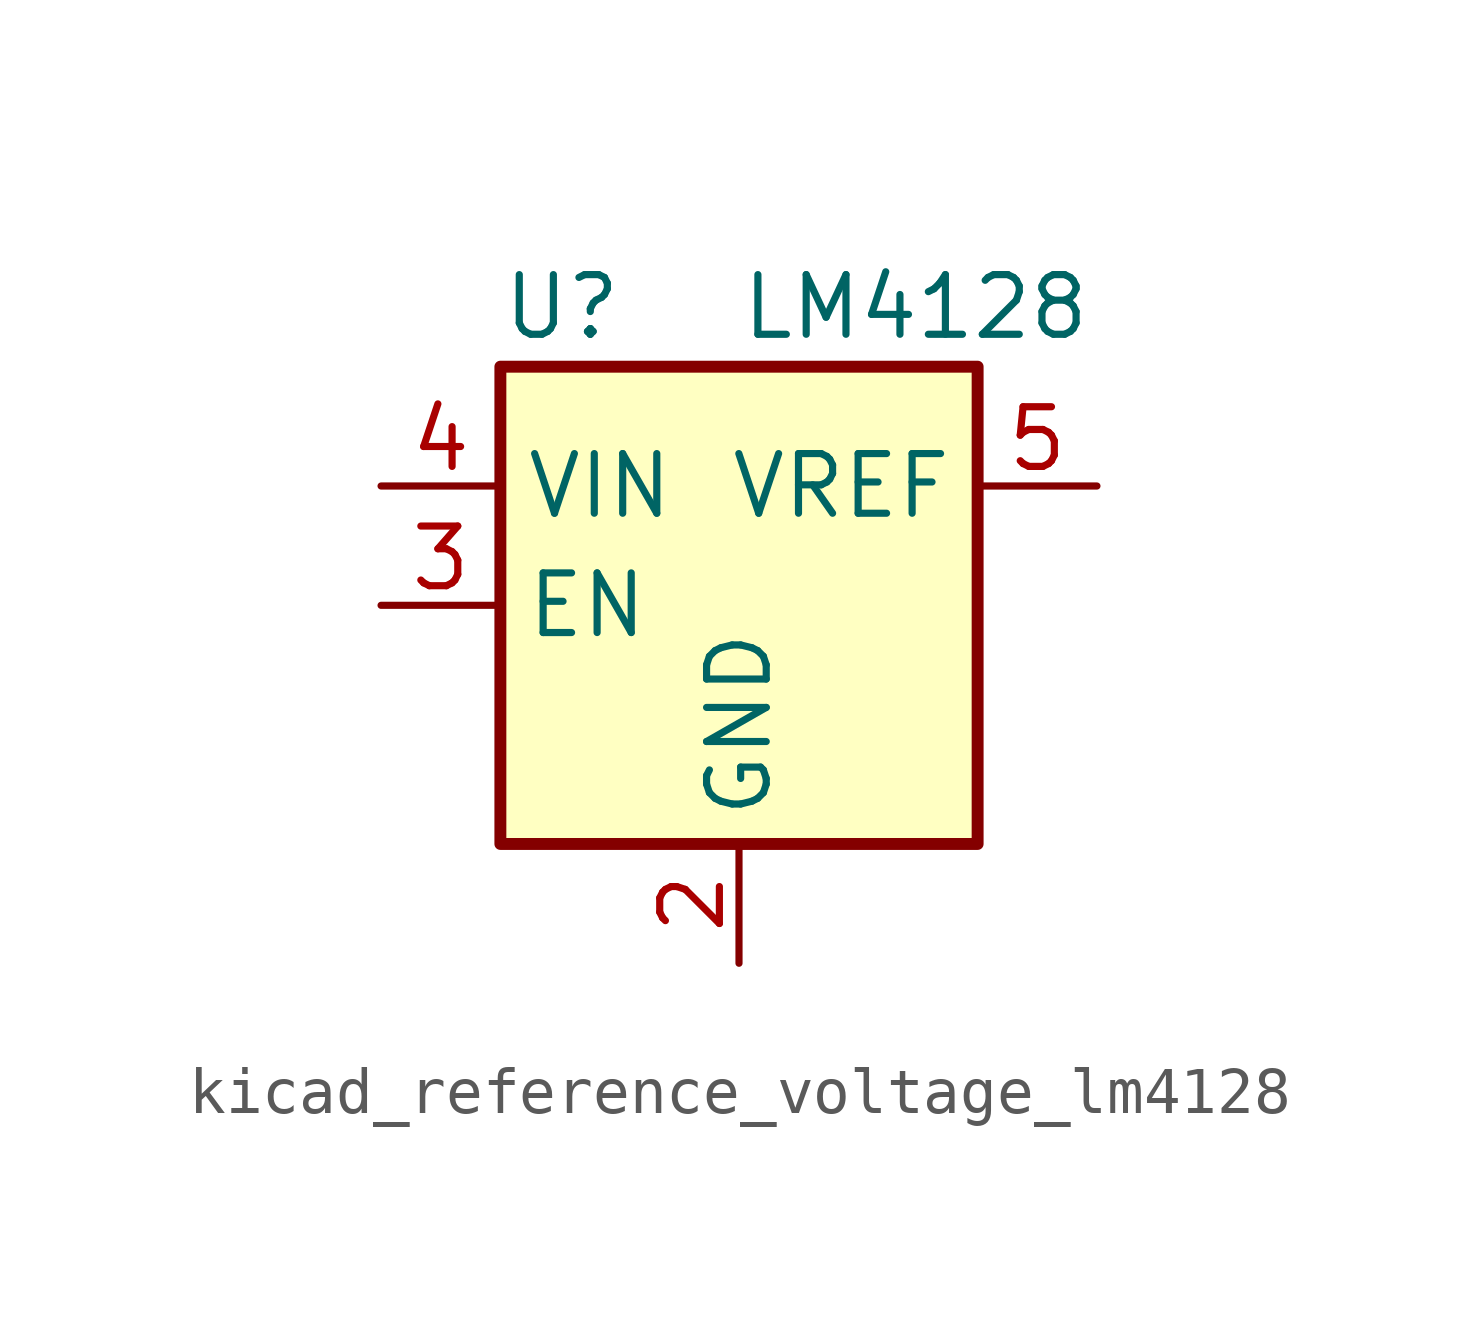
<source format=kicad_sym>
(kicad_symbol_lib
  (version 20220914)
  (generator kicad_symbol_editor)
  (symbol "kicad_reference_voltage_lm4128"
    (property "Reference" "U"
      (at -5.08 6.35 0)
      (effects (font (size 1.27 1.27)) (justify left)))
    (property "Value" "LM4128"
      (at 0 6.35 0)
      (effects (font (size 1.27 1.27)) (justify left)))
    (symbol "kicad_reference_voltage_lm4128_0_1"
      (rectangle (start -5.08 5.08) (end 5.08 -5.08) (stroke (width 0.254) (type default)) (fill (type background))))
    (symbol "kicad_reference_voltage_lm4128_1_1"
      (pin no_connect line (at 5.08 0 180) (length 2.54) hide (name "NC" (effects (font (size 1.27 1.27)))) (number "1" (effects (font (size 1.27 1.27)))))
      (pin power_in line (at 0 -7.62 90) (length 2.54) (name "GND" (effects (font (size 1.27 1.27)))) (number "2" (effects (font (size 1.27 1.27)))))
      (pin input line (at -7.62 0 0) (length 2.54) (name "EN" (effects (font (size 1.27 1.27)))) (number "3" (effects (font (size 1.27 1.27)))))
      (pin power_in line (at -7.62 2.54 0) (length 2.54) (name "VIN" (effects (font (size 1.27 1.27)))) (number "4" (effects (font (size 1.27 1.27)))))
      (pin power_out line (at 7.62 2.54 180) (length 2.54) (name "VREF" (effects (font (size 1.27 1.27)))) (number "5" (effects (font (size 1.27 1.27))))))))
</source>
